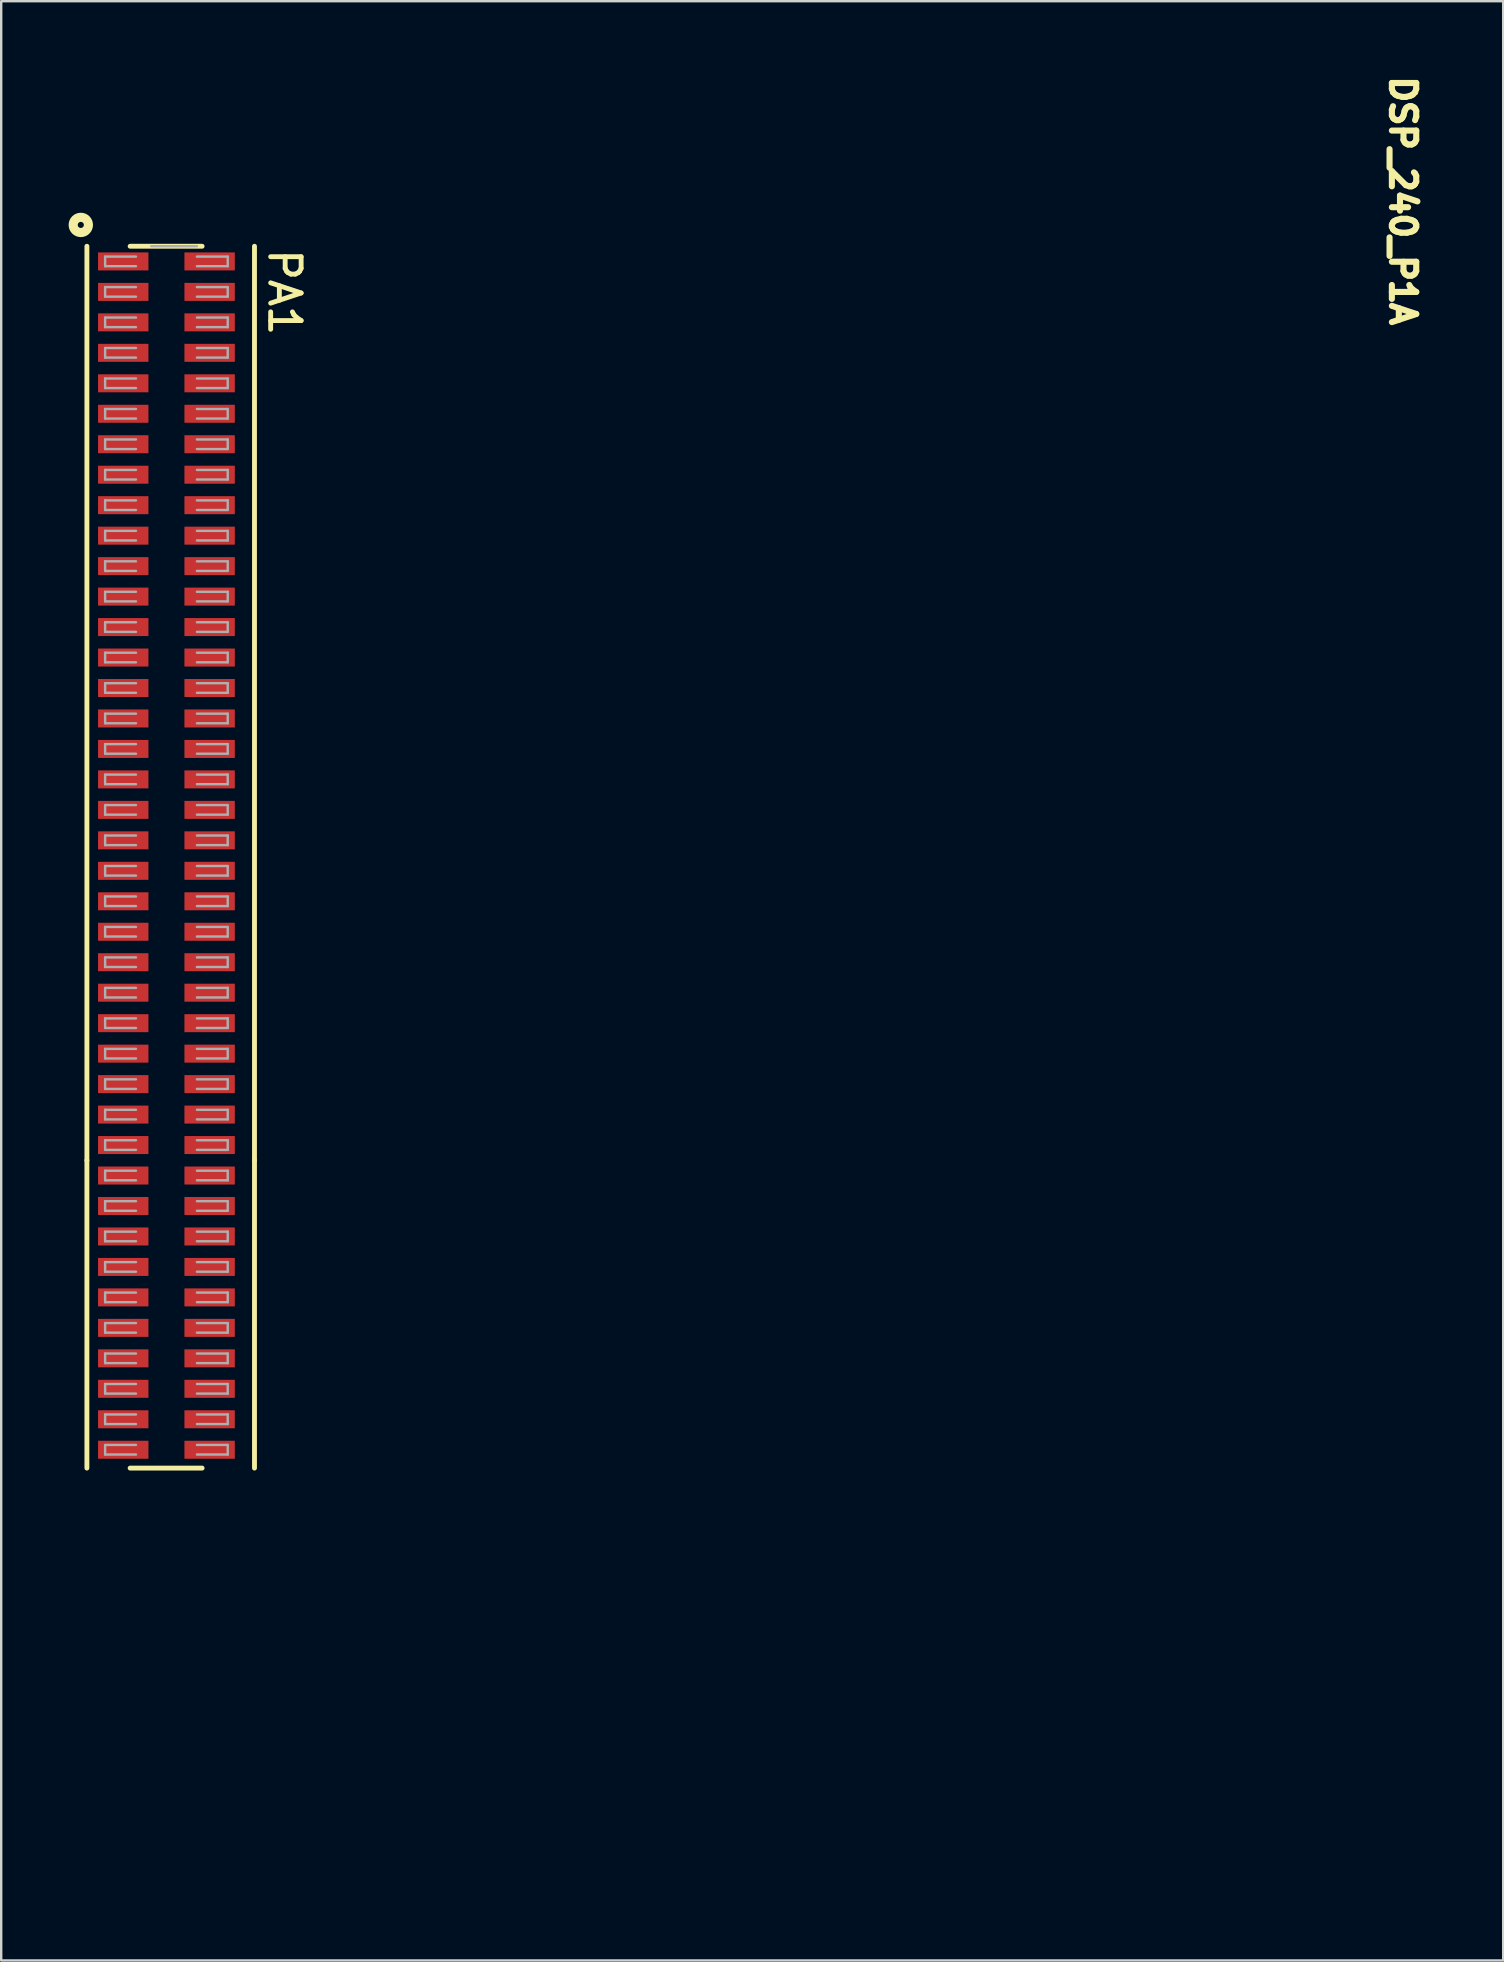
<source format=kicad_pcb>
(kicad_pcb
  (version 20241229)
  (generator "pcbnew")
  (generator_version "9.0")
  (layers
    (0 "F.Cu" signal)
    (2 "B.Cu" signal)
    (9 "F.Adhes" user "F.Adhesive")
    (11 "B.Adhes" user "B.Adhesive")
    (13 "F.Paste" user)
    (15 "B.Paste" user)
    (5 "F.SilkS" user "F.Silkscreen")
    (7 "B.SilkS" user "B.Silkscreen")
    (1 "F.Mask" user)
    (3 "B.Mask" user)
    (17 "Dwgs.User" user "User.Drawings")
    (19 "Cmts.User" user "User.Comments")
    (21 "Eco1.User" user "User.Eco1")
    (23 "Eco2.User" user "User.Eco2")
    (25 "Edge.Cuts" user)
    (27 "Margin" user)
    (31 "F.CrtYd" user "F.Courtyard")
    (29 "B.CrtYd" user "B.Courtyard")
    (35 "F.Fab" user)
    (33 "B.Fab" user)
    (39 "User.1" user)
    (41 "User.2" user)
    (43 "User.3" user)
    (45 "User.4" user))
  (footprint "DSP_240_P1A"
    (layer "F.Cu")
    (at 9.081 75.413)
    (property "Reference" "DSP_240_P1A" (at 45.745 -75.413 270) (unlocked yes) (layer "F.SilkS") (effects (font (size 1.016 1.016) (thickness 0.254)) (justify left bottom)))
    (fp_line (start -8.509 -68.199) (end -8.509 -30.099) (stroke (width 0.203) (type solid)) (layer "F.SilkS"))
    (fp_line (start -8.509 -30.099) (end -8.509 -17.272) (stroke (width 0.203) (type solid)) (layer "F.SilkS"))
    (fp_line (start -6.707 -68.199) (end -3.707 -68.199) (stroke (width 0.203) (type solid)) (layer "F.SilkS"))
    (fp_line (start -6.707 -17.272) (end -3.707 -17.272) (stroke (width 0.203) (type solid)) (layer "F.SilkS"))
    (fp_line (start -1.524 -68.199) (end -1.524 -30.099) (stroke (width 0.203) (type solid)) (layer "F.SilkS"))
    (fp_line (start -1.524 -30.099) (end -1.524 -17.272) (stroke (width 0.203) (type solid)) (layer "F.SilkS"))
    (fp_circle (center -8.763 -69.088) (end -8.636 -69.088) (stroke (width 0.381) (type solid)) (fill no) (layer "F.SilkS"))
    (fp_line (start -7.749 -67.767) (end -7.749 -67.367) (stroke (width 0.1) (type solid)) (layer "F.Fab"))
    (fp_line (start -7.749 -67.367) (end -6.464 -67.367) (stroke (width 0.1) (type solid)) (layer "F.Fab"))
    (fp_line (start -7.749 -66.497) (end -7.749 -66.097) (stroke (width 0.1) (type solid)) (layer "F.Fab"))
    (fp_line (start -7.749 -66.097) (end -6.464 -66.097) (stroke (width 0.1) (type solid)) (layer "F.Fab"))
    (fp_line (start -7.749 -65.227) (end -7.749 -64.827) (stroke (width 0.1) (type solid)) (layer "F.Fab"))
    (fp_line (start -7.749 -64.827) (end -6.464 -64.827) (stroke (width 0.1) (type solid)) (layer "F.Fab"))
    (fp_line (start -7.749 -63.957) (end -7.749 -63.557) (stroke (width 0.1) (type solid)) (layer "F.Fab"))
    (fp_line (start -7.749 -63.557) (end -6.464 -63.557) (stroke (width 0.1) (type solid)) (layer "F.Fab"))
    (fp_line (start -7.749 -62.687) (end -7.749 -62.287) (stroke (width 0.1) (type solid)) (layer "F.Fab"))
    (fp_line (start -7.749 -62.287) (end -6.464 -62.287) (stroke (width 0.1) (type solid)) (layer "F.Fab"))
    (fp_line (start -7.749 -61.417) (end -7.749 -61.017) (stroke (width 0.1) (type solid)) (layer "F.Fab"))
    (fp_line (start -7.749 -61.017) (end -6.464 -61.017) (stroke (width 0.1) (type solid)) (layer "F.Fab"))
    (fp_line (start -7.749 -60.147) (end -7.749 -59.747) (stroke (width 0.1) (type solid)) (layer "F.Fab"))
    (fp_line (start -7.749 -59.747) (end -6.464 -59.747) (stroke (width 0.1) (type solid)) (layer "F.Fab"))
    (fp_line (start -7.749 -58.877) (end -7.749 -58.477) (stroke (width 0.1) (type solid)) (layer "F.Fab"))
    (fp_line (start -7.749 -58.477) (end -6.464 -58.477) (stroke (width 0.1) (type solid)) (layer "F.Fab"))
    (fp_line (start -7.749 -57.607) (end -7.749 -57.207) (stroke (width 0.1) (type solid)) (layer "F.Fab"))
    (fp_line (start -7.749 -57.207) (end -6.464 -57.207) (stroke (width 0.1) (type solid)) (layer "F.Fab"))
    (fp_line (start -7.749 -56.337) (end -7.749 -55.937) (stroke (width 0.1) (type solid)) (layer "F.Fab"))
    (fp_line (start -7.749 -55.937) (end -6.464 -55.937) (stroke (width 0.1) (type solid)) (layer "F.Fab"))
    (fp_line (start -7.749 -55.067) (end -7.749 -54.667) (stroke (width 0.1) (type solid)) (layer "F.Fab"))
    (fp_line (start -7.749 -54.667) (end -6.464 -54.667) (stroke (width 0.1) (type solid)) (layer "F.Fab"))
    (fp_line (start -7.749 -53.797) (end -7.749 -53.397) (stroke (width 0.1) (type solid)) (layer "F.Fab"))
    (fp_line (start -7.749 -53.397) (end -6.464 -53.397) (stroke (width 0.1) (type solid)) (layer "F.Fab"))
    (fp_line (start -7.749 -52.527) (end -7.749 -52.127) (stroke (width 0.1) (type solid)) (layer "F.Fab"))
    (fp_line (start -7.749 -52.127) (end -6.464 -52.127) (stroke (width 0.1) (type solid)) (layer "F.Fab"))
    (fp_line (start -7.749 -51.257) (end -7.749 -50.857) (stroke (width 0.1) (type solid)) (layer "F.Fab"))
    (fp_line (start -7.749 -50.857) (end -6.464 -50.857) (stroke (width 0.1) (type solid)) (layer "F.Fab"))
    (fp_line (start -7.749 -49.987) (end -7.749 -49.587) (stroke (width 0.1) (type solid)) (layer "F.Fab"))
    (fp_line (start -7.749 -49.587) (end -6.464 -49.587) (stroke (width 0.1) (type solid)) (layer "F.Fab"))
    (fp_line (start -7.749 -48.717) (end -7.749 -48.317) (stroke (width 0.1) (type solid)) (layer "F.Fab"))
    (fp_line (start -7.749 -48.317) (end -6.464 -48.317) (stroke (width 0.1) (type solid)) (layer "F.Fab"))
    (fp_line (start -7.749 -47.447) (end -7.749 -47.047) (stroke (width 0.1) (type solid)) (layer "F.Fab"))
    (fp_line (start -7.749 -47.047) (end -6.464 -47.047) (stroke (width 0.1) (type solid)) (layer "F.Fab"))
    (fp_line (start -7.749 -46.177) (end -7.749 -45.777) (stroke (width 0.1) (type solid)) (layer "F.Fab"))
    (fp_line (start -7.749 -45.777) (end -6.464 -45.777) (stroke (width 0.1) (type solid)) (layer "F.Fab"))
    (fp_line (start -7.749 -44.907) (end -7.749 -44.507) (stroke (width 0.1) (type solid)) (layer "F.Fab"))
    (fp_line (start -7.749 -44.507) (end -6.464 -44.507) (stroke (width 0.1) (type solid)) (layer "F.Fab"))
    (fp_line (start -7.749 -43.637) (end -7.749 -43.237) (stroke (width 0.1) (type solid)) (layer "F.Fab"))
    (fp_line (start -7.749 -43.237) (end -6.464 -43.237) (stroke (width 0.1) (type solid)) (layer "F.Fab"))
    (fp_line (start -7.749 -42.367) (end -7.749 -41.967) (stroke (width 0.1) (type solid)) (layer "F.Fab"))
    (fp_line (start -7.749 -41.967) (end -6.464 -41.967) (stroke (width 0.1) (type solid)) (layer "F.Fab"))
    (fp_line (start -7.749 -41.097) (end -7.749 -40.697) (stroke (width 0.1) (type solid)) (layer "F.Fab"))
    (fp_line (start -7.749 -40.697) (end -6.464 -40.697) (stroke (width 0.1) (type solid)) (layer "F.Fab"))
    (fp_line (start -7.749 -39.827) (end -7.749 -39.427) (stroke (width 0.1) (type solid)) (layer "F.Fab"))
    (fp_line (start -7.749 -39.427) (end -6.464 -39.427) (stroke (width 0.1) (type solid)) (layer "F.Fab"))
    (fp_line (start -7.749 -38.557) (end -7.749 -38.157) (stroke (width 0.1) (type solid)) (layer "F.Fab"))
    (fp_line (start -7.749 -38.157) (end -6.464 -38.157) (stroke (width 0.1) (type solid)) (layer "F.Fab"))
    (fp_line (start -7.749 -37.287) (end -7.749 -36.887) (stroke (width 0.1) (type solid)) (layer "F.Fab"))
    (fp_line (start -7.749 -36.887) (end -6.464 -36.887) (stroke (width 0.1) (type solid)) (layer "F.Fab"))
    (fp_line (start -7.749 -36.017) (end -7.749 -35.617) (stroke (width 0.1) (type solid)) (layer "F.Fab"))
    (fp_line (start -7.749 -35.617) (end -6.464 -35.617) (stroke (width 0.1) (type solid)) (layer "F.Fab"))
    (fp_line (start -7.749 -34.747) (end -7.749 -34.347) (stroke (width 0.1) (type solid)) (layer "F.Fab"))
    (fp_line (start -7.749 -34.347) (end -6.464 -34.347) (stroke (width 0.1) (type solid)) (layer "F.Fab"))
    (fp_line (start -7.749 -33.477) (end -7.749 -33.077) (stroke (width 0.1) (type solid)) (layer "F.Fab"))
    (fp_line (start -7.749 -33.077) (end -6.464 -33.077) (stroke (width 0.1) (type solid)) (layer "F.Fab"))
    (fp_line (start -7.749 -32.207) (end -7.749 -31.807) (stroke (width 0.1) (type solid)) (layer "F.Fab"))
    (fp_line (start -7.749 -31.807) (end -6.464 -31.807) (stroke (width 0.1) (type solid)) (layer "F.Fab"))
    (fp_line (start -7.749 -30.937) (end -7.749 -30.537) (stroke (width 0.1) (type solid)) (layer "F.Fab"))
    (fp_line (start -7.749 -30.537) (end -6.464 -30.537) (stroke (width 0.1) (type solid)) (layer "F.Fab"))
    (fp_line (start -7.749 -29.667) (end -7.749 -29.267) (stroke (width 0.1) (type solid)) (layer "F.Fab"))
    (fp_line (start -7.749 -29.267) (end -6.464 -29.267) (stroke (width 0.1) (type solid)) (layer "F.Fab"))
    (fp_line (start -7.749 -28.397) (end -7.749 -27.997) (stroke (width 0.1) (type solid)) (layer "F.Fab"))
    (fp_line (start -7.749 -27.997) (end -6.464 -27.997) (stroke (width 0.1) (type solid)) (layer "F.Fab"))
    (fp_line (start -7.749 -27.127) (end -7.749 -26.727) (stroke (width 0.1) (type solid)) (layer "F.Fab"))
    (fp_line (start -7.749 -26.727) (end -6.464 -26.727) (stroke (width 0.1) (type solid)) (layer "F.Fab"))
    (fp_line (start -7.749 -25.857) (end -7.749 -25.457) (stroke (width 0.1) (type solid)) (layer "F.Fab"))
    (fp_line (start -7.749 -25.457) (end -6.464 -25.457) (stroke (width 0.1) (type solid)) (layer "F.Fab"))
    (fp_line (start -7.749 -24.587) (end -7.749 -24.187) (stroke (width 0.1) (type solid)) (layer "F.Fab"))
    (fp_line (start -7.749 -24.187) (end -6.464 -24.187) (stroke (width 0.1) (type solid)) (layer "F.Fab"))
    (fp_line (start -7.749 -23.317) (end -7.749 -22.917) (stroke (width 0.1) (type solid)) (layer "F.Fab"))
    (fp_line (start -7.749 -22.917) (end -6.464 -22.917) (stroke (width 0.1) (type solid)) (layer "F.Fab"))
    (fp_line (start -7.749 -22.047) (end -7.749 -21.647) (stroke (width 0.1) (type solid)) (layer "F.Fab"))
    (fp_line (start -7.749 -21.647) (end -6.464 -21.647) (stroke (width 0.1) (type solid)) (layer "F.Fab"))
    (fp_line (start -7.749 -20.777) (end -7.749 -20.377) (stroke (width 0.1) (type solid)) (layer "F.Fab"))
    (fp_line (start -7.749 -20.377) (end -6.464 -20.377) (stroke (width 0.1) (type solid)) (layer "F.Fab"))
    (fp_line (start -7.749 -19.507) (end -7.749 -19.107) (stroke (width 0.1) (type solid)) (layer "F.Fab"))
    (fp_line (start -7.749 -19.107) (end -6.464 -19.107) (stroke (width 0.1) (type solid)) (layer "F.Fab"))
    (fp_line (start -7.749 -18.237) (end -7.749 -17.837) (stroke (width 0.1) (type solid)) (layer "F.Fab"))
    (fp_line (start -7.749 -17.837) (end -6.464 -17.837) (stroke (width 0.1) (type solid)) (layer "F.Fab"))
    (fp_line (start -6.464 -67.767) (end -7.749 -67.767) (stroke (width 0.1) (type solid)) (layer "F.Fab"))
    (fp_line (start -6.464 -66.497) (end -7.749 -66.497) (stroke (width 0.1) (type solid)) (layer "F.Fab"))
    (fp_line (start -6.464 -65.227) (end -7.749 -65.227) (stroke (width 0.1) (type solid)) (layer "F.Fab"))
    (fp_line (start -6.464 -63.957) (end -7.749 -63.957) (stroke (width 0.1) (type solid)) (layer "F.Fab"))
    (fp_line (start -6.464 -62.687) (end -7.749 -62.687) (stroke (width 0.1) (type solid)) (layer "F.Fab"))
    (fp_line (start -6.464 -61.417) (end -7.749 -61.417) (stroke (width 0.1) (type solid)) (layer "F.Fab"))
    (fp_line (start -6.464 -60.147) (end -7.749 -60.147) (stroke (width 0.1) (type solid)) (layer "F.Fab"))
    (fp_line (start -6.464 -58.877) (end -7.749 -58.877) (stroke (width 0.1) (type solid)) (layer "F.Fab"))
    (fp_line (start -6.464 -57.607) (end -7.749 -57.607) (stroke (width 0.1) (type solid)) (layer "F.Fab"))
    (fp_line (start -6.464 -56.337) (end -7.749 -56.337) (stroke (width 0.1) (type solid)) (layer "F.Fab"))
    (fp_line (start -6.464 -55.067) (end -7.749 -55.067) (stroke (width 0.1) (type solid)) (layer "F.Fab"))
    (fp_line (start -6.464 -53.797) (end -7.749 -53.797) (stroke (width 0.1) (type solid)) (layer "F.Fab"))
    (fp_line (start -6.464 -52.527) (end -7.749 -52.527) (stroke (width 0.1) (type solid)) (layer "F.Fab"))
    (fp_line (start -6.464 -51.257) (end -7.749 -51.257) (stroke (width 0.1) (type solid)) (layer "F.Fab"))
    (fp_line (start -6.464 -49.987) (end -7.749 -49.987) (stroke (width 0.1) (type solid)) (layer "F.Fab"))
    (fp_line (start -6.464 -48.717) (end -7.749 -48.717) (stroke (width 0.1) (type solid)) (layer "F.Fab"))
    (fp_line (start -6.464 -47.447) (end -7.749 -47.447) (stroke (width 0.1) (type solid)) (layer "F.Fab"))
    (fp_line (start -6.464 -46.177) (end -7.749 -46.177) (stroke (width 0.1) (type solid)) (layer "F.Fab"))
    (fp_line (start -6.464 -44.907) (end -7.749 -44.907) (stroke (width 0.1) (type solid)) (layer "F.Fab"))
    (fp_line (start -6.464 -43.637) (end -7.749 -43.637) (stroke (width 0.1) (type solid)) (layer "F.Fab"))
    (fp_line (start -6.464 -42.367) (end -7.749 -42.367) (stroke (width 0.1) (type solid)) (layer "F.Fab"))
    (fp_line (start -6.464 -41.097) (end -7.749 -41.097) (stroke (width 0.1) (type solid)) (layer "F.Fab"))
    (fp_line (start -6.464 -39.827) (end -7.749 -39.827) (stroke (width 0.1) (type solid)) (layer "F.Fab"))
    (fp_line (start -6.464 -38.557) (end -7.749 -38.557) (stroke (width 0.1) (type solid)) (layer "F.Fab"))
    (fp_line (start -6.464 -37.287) (end -7.749 -37.287) (stroke (width 0.1) (type solid)) (layer "F.Fab"))
    (fp_line (start -6.464 -36.017) (end -7.749 -36.017) (stroke (width 0.1) (type solid)) (layer "F.Fab"))
    (fp_line (start -6.464 -34.747) (end -7.749 -34.747) (stroke (width 0.1) (type solid)) (layer "F.Fab"))
    (fp_line (start -6.464 -33.477) (end -7.749 -33.477) (stroke (width 0.1) (type solid)) (layer "F.Fab"))
    (fp_line (start -6.464 -32.207) (end -7.749 -32.207) (stroke (width 0.1) (type solid)) (layer "F.Fab"))
    (fp_line (start -6.464 -30.937) (end -7.749 -30.937) (stroke (width 0.1) (type solid)) (layer "F.Fab"))
    (fp_line (start -6.464 -29.667) (end -7.749 -29.667) (stroke (width 0.1) (type solid)) (layer "F.Fab"))
    (fp_line (start -6.464 -28.397) (end -7.749 -28.397) (stroke (width 0.1) (type solid)) (layer "F.Fab"))
    (fp_line (start -6.464 -27.127) (end -7.749 -27.127) (stroke (width 0.1) (type solid)) (layer "F.Fab"))
    (fp_line (start -6.464 -25.857) (end -7.749 -25.857) (stroke (width 0.1) (type solid)) (layer "F.Fab"))
    (fp_line (start -6.464 -24.587) (end -7.749 -24.587) (stroke (width 0.1) (type solid)) (layer "F.Fab"))
    (fp_line (start -6.464 -23.317) (end -7.749 -23.317) (stroke (width 0.1) (type solid)) (layer "F.Fab"))
    (fp_line (start -6.464 -22.047) (end -7.749 -22.047) (stroke (width 0.1) (type solid)) (layer "F.Fab"))
    (fp_line (start -6.464 -20.777) (end -7.749 -20.777) (stroke (width 0.1) (type solid)) (layer "F.Fab"))
    (fp_line (start -6.464 -19.507) (end -7.749 -19.507) (stroke (width 0.1) (type solid)) (layer "F.Fab"))
    (fp_line (start -6.464 -18.237) (end -7.749 -18.237) (stroke (width 0.1) (type solid)) (layer "F.Fab"))
    (fp_line (start -3.924 -68.202) (end -5.829 -68.202) (stroke (width 0.1) (type solid)) (layer "F.Fab"))
    (fp_line (start -3.924 -67.367) (end -2.639 -67.367) (stroke (width 0.1) (type solid)) (layer "F.Fab"))
    (fp_line (start -3.924 -66.097) (end -2.639 -66.097) (stroke (width 0.1) (type solid)) (layer "F.Fab"))
    (fp_line (start -3.924 -64.827) (end -2.639 -64.827) (stroke (width 0.1) (type solid)) (layer "F.Fab"))
    (fp_line (start -3.924 -63.557) (end -2.639 -63.557) (stroke (width 0.1) (type solid)) (layer "F.Fab"))
    (fp_line (start -3.924 -62.287) (end -2.639 -62.287) (stroke (width 0.1) (type solid)) (layer "F.Fab"))
    (fp_line (start -3.924 -61.017) (end -2.639 -61.017) (stroke (width 0.1) (type solid)) (layer "F.Fab"))
    (fp_line (start -3.924 -59.747) (end -2.639 -59.747) (stroke (width 0.1) (type solid)) (layer "F.Fab"))
    (fp_line (start -3.924 -58.477) (end -2.639 -58.477) (stroke (width 0.1) (type solid)) (layer "F.Fab"))
    (fp_line (start -3.924 -57.207) (end -2.639 -57.207) (stroke (width 0.1) (type solid)) (layer "F.Fab"))
    (fp_line (start -3.924 -55.937) (end -2.639 -55.937) (stroke (width 0.1) (type solid)) (layer "F.Fab"))
    (fp_line (start -3.924 -54.667) (end -2.639 -54.667) (stroke (width 0.1) (type solid)) (layer "F.Fab"))
    (fp_line (start -3.924 -53.397) (end -2.639 -53.397) (stroke (width 0.1) (type solid)) (layer "F.Fab"))
    (fp_line (start -3.924 -52.127) (end -2.639 -52.127) (stroke (width 0.1) (type solid)) (layer "F.Fab"))
    (fp_line (start -3.924 -50.857) (end -2.639 -50.857) (stroke (width 0.1) (type solid)) (layer "F.Fab"))
    (fp_line (start -3.924 -49.587) (end -2.639 -49.587) (stroke (width 0.1) (type solid)) (layer "F.Fab"))
    (fp_line (start -3.924 -48.317) (end -2.639 -48.317) (stroke (width 0.1) (type solid)) (layer "F.Fab"))
    (fp_line (start -3.924 -47.047) (end -2.639 -47.047) (stroke (width 0.1) (type solid)) (layer "F.Fab"))
    (fp_line (start -3.924 -45.777) (end -2.639 -45.777) (stroke (width 0.1) (type solid)) (layer "F.Fab"))
    (fp_line (start -3.924 -44.507) (end -2.639 -44.507) (stroke (width 0.1) (type solid)) (layer "F.Fab"))
    (fp_line (start -3.924 -43.237) (end -2.639 -43.237) (stroke (width 0.1) (type solid)) (layer "F.Fab"))
    (fp_line (start -3.924 -41.967) (end -2.639 -41.967) (stroke (width 0.1) (type solid)) (layer "F.Fab"))
    (fp_line (start -3.924 -40.697) (end -2.639 -40.697) (stroke (width 0.1) (type solid)) (layer "F.Fab"))
    (fp_line (start -3.924 -39.427) (end -2.639 -39.427) (stroke (width 0.1) (type solid)) (layer "F.Fab"))
    (fp_line (start -3.924 -38.157) (end -2.639 -38.157) (stroke (width 0.1) (type solid)) (layer "F.Fab"))
    (fp_line (start -3.924 -36.887) (end -2.639 -36.887) (stroke (width 0.1) (type solid)) (layer "F.Fab"))
    (fp_line (start -3.924 -35.617) (end -2.639 -35.617) (stroke (width 0.1) (type solid)) (layer "F.Fab"))
    (fp_line (start -3.924 -34.347) (end -2.639 -34.347) (stroke (width 0.1) (type solid)) (layer "F.Fab"))
    (fp_line (start -3.924 -33.077) (end -2.639 -33.077) (stroke (width 0.1) (type solid)) (layer "F.Fab"))
    (fp_line (start -3.924 -31.807) (end -2.639 -31.807) (stroke (width 0.1) (type solid)) (layer "F.Fab"))
    (fp_line (start -3.924 -30.537) (end -2.639 -30.537) (stroke (width 0.1) (type solid)) (layer "F.Fab"))
    (fp_line (start -3.924 -29.267) (end -2.639 -29.267) (stroke (width 0.1) (type solid)) (layer "F.Fab"))
    (fp_line (start -3.924 -27.997) (end -2.639 -27.997) (stroke (width 0.1) (type solid)) (layer "F.Fab"))
    (fp_line (start -3.924 -26.727) (end -2.639 -26.727) (stroke (width 0.1) (type solid)) (layer "F.Fab"))
    (fp_line (start -3.924 -25.457) (end -2.639 -25.457) (stroke (width 0.1) (type solid)) (layer "F.Fab"))
    (fp_line (start -3.924 -24.187) (end -2.639 -24.187) (stroke (width 0.1) (type solid)) (layer "F.Fab"))
    (fp_line (start -3.924 -22.917) (end -2.639 -22.917) (stroke (width 0.1) (type solid)) (layer "F.Fab"))
    (fp_line (start -3.924 -21.647) (end -2.639 -21.647) (stroke (width 0.1) (type solid)) (layer "F.Fab"))
    (fp_line (start -3.924 -20.377) (end -2.639 -20.377) (stroke (width 0.1) (type solid)) (layer "F.Fab"))
    (fp_line (start -3.924 -19.107) (end -2.639 -19.107) (stroke (width 0.1) (type solid)) (layer "F.Fab"))
    (fp_line (start -3.924 -17.837) (end -2.639 -17.837) (stroke (width 0.1) (type solid)) (layer "F.Fab"))
    (fp_line (start -2.639 -67.767) (end -3.924 -67.767) (stroke (width 0.1) (type solid)) (layer "F.Fab"))
    (fp_line (start -2.639 -67.367) (end -2.639 -67.767) (stroke (width 0.1) (type solid)) (layer "F.Fab"))
    (fp_line (start -2.639 -66.497) (end -3.924 -66.497) (stroke (width 0.1) (type solid)) (layer "F.Fab"))
    (fp_line (start -2.639 -66.097) (end -2.639 -66.497) (stroke (width 0.1) (type solid)) (layer "F.Fab"))
    (fp_line (start -2.639 -65.227) (end -3.924 -65.227) (stroke (width 0.1) (type solid)) (layer "F.Fab"))
    (fp_line (start -2.639 -64.827) (end -2.639 -65.227) (stroke (width 0.1) (type solid)) (layer "F.Fab"))
    (fp_line (start -2.639 -63.957) (end -3.924 -63.957) (stroke (width 0.1) (type solid)) (layer "F.Fab"))
    (fp_line (start -2.639 -63.557) (end -2.639 -63.957) (stroke (width 0.1) (type solid)) (layer "F.Fab"))
    (fp_line (start -2.639 -62.687) (end -3.924 -62.687) (stroke (width 0.1) (type solid)) (layer "F.Fab"))
    (fp_line (start -2.639 -62.287) (end -2.639 -62.687) (stroke (width 0.1) (type solid)) (layer "F.Fab"))
    (fp_line (start -2.639 -61.417) (end -3.924 -61.417) (stroke (width 0.1) (type solid)) (layer "F.Fab"))
    (fp_line (start -2.639 -61.017) (end -2.639 -61.417) (stroke (width 0.1) (type solid)) (layer "F.Fab"))
    (fp_line (start -2.639 -60.147) (end -3.924 -60.147) (stroke (width 0.1) (type solid)) (layer "F.Fab"))
    (fp_line (start -2.639 -59.747) (end -2.639 -60.147) (stroke (width 0.1) (type solid)) (layer "F.Fab"))
    (fp_line (start -2.639 -58.877) (end -3.924 -58.877) (stroke (width 0.1) (type solid)) (layer "F.Fab"))
    (fp_line (start -2.639 -58.477) (end -2.639 -58.877) (stroke (width 0.1) (type solid)) (layer "F.Fab"))
    (fp_line (start -2.639 -57.607) (end -3.924 -57.607) (stroke (width 0.1) (type solid)) (layer "F.Fab"))
    (fp_line (start -2.639 -57.207) (end -2.639 -57.607) (stroke (width 0.1) (type solid)) (layer "F.Fab"))
    (fp_line (start -2.639 -56.337) (end -3.924 -56.337) (stroke (width 0.1) (type solid)) (layer "F.Fab"))
    (fp_line (start -2.639 -55.937) (end -2.639 -56.337) (stroke (width 0.1) (type solid)) (layer "F.Fab"))
    (fp_line (start -2.639 -55.067) (end -3.924 -55.067) (stroke (width 0.1) (type solid)) (layer "F.Fab"))
    (fp_line (start -2.639 -54.667) (end -2.639 -55.067) (stroke (width 0.1) (type solid)) (layer "F.Fab"))
    (fp_line (start -2.639 -53.797) (end -3.924 -53.797) (stroke (width 0.1) (type solid)) (layer "F.Fab"))
    (fp_line (start -2.639 -53.397) (end -2.639 -53.797) (stroke (width 0.1) (type solid)) (layer "F.Fab"))
    (fp_line (start -2.639 -52.527) (end -3.924 -52.527) (stroke (width 0.1) (type solid)) (layer "F.Fab"))
    (fp_line (start -2.639 -52.127) (end -2.639 -52.527) (stroke (width 0.1) (type solid)) (layer "F.Fab"))
    (fp_line (start -2.639 -51.257) (end -3.924 -51.257) (stroke (width 0.1) (type solid)) (layer "F.Fab"))
    (fp_line (start -2.639 -50.857) (end -2.639 -51.257) (stroke (width 0.1) (type solid)) (layer "F.Fab"))
    (fp_line (start -2.639 -49.987) (end -3.924 -49.987) (stroke (width 0.1) (type solid)) (layer "F.Fab"))
    (fp_line (start -2.639 -49.587) (end -2.639 -49.987) (stroke (width 0.1) (type solid)) (layer "F.Fab"))
    (fp_line (start -2.639 -48.717) (end -3.924 -48.717) (stroke (width 0.1) (type solid)) (layer "F.Fab"))
    (fp_line (start -2.639 -48.317) (end -2.639 -48.717) (stroke (width 0.1) (type solid)) (layer "F.Fab"))
    (fp_line (start -2.639 -47.447) (end -3.924 -47.447) (stroke (width 0.1) (type solid)) (layer "F.Fab"))
    (fp_line (start -2.639 -47.047) (end -2.639 -47.447) (stroke (width 0.1) (type solid)) (layer "F.Fab"))
    (fp_line (start -2.639 -46.177) (end -3.924 -46.177) (stroke (width 0.1) (type solid)) (layer "F.Fab"))
    (fp_line (start -2.639 -45.777) (end -2.639 -46.177) (stroke (width 0.1) (type solid)) (layer "F.Fab"))
    (fp_line (start -2.639 -44.907) (end -3.924 -44.907) (stroke (width 0.1) (type solid)) (layer "F.Fab"))
    (fp_line (start -2.639 -44.507) (end -2.639 -44.907) (stroke (width 0.1) (type solid)) (layer "F.Fab"))
    (fp_line (start -2.639 -43.637) (end -3.924 -43.637) (stroke (width 0.1) (type solid)) (layer "F.Fab"))
    (fp_line (start -2.639 -43.237) (end -2.639 -43.637) (stroke (width 0.1) (type solid)) (layer "F.Fab"))
    (fp_line (start -2.639 -42.367) (end -3.924 -42.367) (stroke (width 0.1) (type solid)) (layer "F.Fab"))
    (fp_line (start -2.639 -41.967) (end -2.639 -42.367) (stroke (width 0.1) (type solid)) (layer "F.Fab"))
    (fp_line (start -2.639 -41.097) (end -3.924 -41.097) (stroke (width 0.1) (type solid)) (layer "F.Fab"))
    (fp_line (start -2.639 -40.697) (end -2.639 -41.097) (stroke (width 0.1) (type solid)) (layer "F.Fab"))
    (fp_line (start -2.639 -39.827) (end -3.924 -39.827) (stroke (width 0.1) (type solid)) (layer "F.Fab"))
    (fp_line (start -2.639 -39.427) (end -2.639 -39.827) (stroke (width 0.1) (type solid)) (layer "F.Fab"))
    (fp_line (start -2.639 -38.557) (end -3.924 -38.557) (stroke (width 0.1) (type solid)) (layer "F.Fab"))
    (fp_line (start -2.639 -38.157) (end -2.639 -38.557) (stroke (width 0.1) (type solid)) (layer "F.Fab"))
    (fp_line (start -2.639 -37.287) (end -3.924 -37.287) (stroke (width 0.1) (type solid)) (layer "F.Fab"))
    (fp_line (start -2.639 -36.887) (end -2.639 -37.287) (stroke (width 0.1) (type solid)) (layer "F.Fab"))
    (fp_line (start -2.639 -36.017) (end -3.924 -36.017) (stroke (width 0.1) (type solid)) (layer "F.Fab"))
    (fp_line (start -2.639 -35.617) (end -2.639 -36.017) (stroke (width 0.1) (type solid)) (layer "F.Fab"))
    (fp_line (start -2.639 -34.747) (end -3.924 -34.747) (stroke (width 0.1) (type solid)) (layer "F.Fab"))
    (fp_line (start -2.639 -34.347) (end -2.639 -34.747) (stroke (width 0.1) (type solid)) (layer "F.Fab"))
    (fp_line (start -2.639 -33.477) (end -3.924 -33.477) (stroke (width 0.1) (type solid)) (layer "F.Fab"))
    (fp_line (start -2.639 -33.077) (end -2.639 -33.477) (stroke (width 0.1) (type solid)) (layer "F.Fab"))
    (fp_line (start -2.639 -32.207) (end -3.924 -32.207) (stroke (width 0.1) (type solid)) (layer "F.Fab"))
    (fp_line (start -2.639 -31.807) (end -2.639 -32.207) (stroke (width 0.1) (type solid)) (layer "F.Fab"))
    (fp_line (start -2.639 -30.937) (end -3.924 -30.937) (stroke (width 0.1) (type solid)) (layer "F.Fab"))
    (fp_line (start -2.639 -30.537) (end -2.639 -30.937) (stroke (width 0.1) (type solid)) (layer "F.Fab"))
    (fp_line (start -2.639 -29.667) (end -3.924 -29.667) (stroke (width 0.1) (type solid)) (layer "F.Fab"))
    (fp_line (start -2.639 -29.267) (end -2.639 -29.667) (stroke (width 0.1) (type solid)) (layer "F.Fab"))
    (fp_line (start -2.639 -28.397) (end -3.924 -28.397) (stroke (width 0.1) (type solid)) (layer "F.Fab"))
    (fp_line (start -2.639 -27.997) (end -2.639 -28.397) (stroke (width 0.1) (type solid)) (layer "F.Fab"))
    (fp_line (start -2.639 -27.127) (end -3.924 -27.127) (stroke (width 0.1) (type solid)) (layer "F.Fab"))
    (fp_line (start -2.639 -26.727) (end -2.639 -27.127) (stroke (width 0.1) (type solid)) (layer "F.Fab"))
    (fp_line (start -2.639 -25.857) (end -3.924 -25.857) (stroke (width 0.1) (type solid)) (layer "F.Fab"))
    (fp_line (start -2.639 -25.457) (end -2.639 -25.857) (stroke (width 0.1) (type solid)) (layer "F.Fab"))
    (fp_line (start -2.639 -24.587) (end -3.924 -24.587) (stroke (width 0.1) (type solid)) (layer "F.Fab"))
    (fp_line (start -2.639 -24.187) (end -2.639 -24.587) (stroke (width 0.1) (type solid)) (layer "F.Fab"))
    (fp_line (start -2.639 -23.317) (end -3.924 -23.317) (stroke (width 0.1) (type solid)) (layer "F.Fab"))
    (fp_line (start -2.639 -22.917) (end -2.639 -23.317) (stroke (width 0.1) (type solid)) (layer "F.Fab"))
    (fp_line (start -2.639 -22.047) (end -3.924 -22.047) (stroke (width 0.1) (type solid)) (layer "F.Fab"))
    (fp_line (start -2.639 -21.647) (end -2.639 -22.047) (stroke (width 0.1) (type solid)) (layer "F.Fab"))
    (fp_line (start -2.639 -20.777) (end -3.924 -20.777) (stroke (width 0.1) (type solid)) (layer "F.Fab"))
    (fp_line (start -2.639 -20.377) (end -2.639 -20.777) (stroke (width 0.1) (type solid)) (layer "F.Fab"))
    (fp_line (start -2.639 -19.507) (end -3.924 -19.507) (stroke (width 0.1) (type solid)) (layer "F.Fab"))
    (fp_line (start -2.639 -19.107) (end -2.639 -19.507) (stroke (width 0.1) (type solid)) (layer "F.Fab"))
    (fp_line (start -2.639 -18.237) (end -3.924 -18.237) (stroke (width 0.1) (type solid)) (layer "F.Fab"))
    (fp_line (start -2.639 -17.837) (end -2.639 -18.237) (stroke (width 0.1) (type solid)) (layer "F.Fab"))
    (fp_text user "PA1" (at -1.016 -68.199 270) (unlocked yes) (layer "F.SilkS") (effects (font (size 1.27 1.27) (thickness 0.203)) (justify left bottom)))
    (pad "1" smd rect (at -6.994 -67.567) (size 2.1 0.75) (layers "F.Cu" "F.Mask" "F.Paste"))
    (pad "2" smd rect (at -3.394 -67.567) (size 2.1 0.75) (layers "F.Cu" "F.Mask" "F.Paste"))
    (pad "3" smd rect (at -6.994 -66.297) (size 2.1 0.75) (layers "F.Cu" "F.Mask" "F.Paste"))
    (pad "4" smd rect (at -3.394 -66.297) (size 2.1 0.75) (layers "F.Cu" "F.Mask" "F.Paste"))
    (pad "5" smd rect (at -6.994 -65.027) (size 2.1 0.75) (layers "F.Cu" "F.Mask" "F.Paste"))
    (pad "6" smd rect (at -3.394 -65.027) (size 2.1 0.75) (layers "F.Cu" "F.Mask" "F.Paste"))
    (pad "7" smd rect (at -6.994 -63.757) (size 2.1 0.75) (layers "F.Cu" "F.Mask" "F.Paste"))
    (pad "8" smd rect (at -3.394 -63.757) (size 2.1 0.75) (layers "F.Cu" "F.Mask" "F.Paste"))
    (pad "9" smd rect (at -6.994 -62.487) (size 2.1 0.75) (layers "F.Cu" "F.Mask" "F.Paste"))
    (pad "10" smd rect (at -3.394 -62.487) (size 2.1 0.75) (layers "F.Cu" "F.Mask" "F.Paste"))
    (pad "11" smd rect (at -6.994 -61.217) (size 2.1 0.75) (layers "F.Cu" "F.Mask" "F.Paste"))
    (pad "12" smd rect (at -3.394 -61.217) (size 2.1 0.75) (layers "F.Cu" "F.Mask" "F.Paste"))
    (pad "13" smd rect (at -6.994 -59.947) (size 2.1 0.75) (layers "F.Cu" "F.Mask" "F.Paste"))
    (pad "14" smd rect (at -3.394 -59.947) (size 2.1 0.75) (layers "F.Cu" "F.Mask" "F.Paste"))
    (pad "15" smd rect (at -6.994 -58.677) (size 2.1 0.75) (layers "F.Cu" "F.Mask" "F.Paste"))
    (pad "16" smd rect (at -3.394 -58.677) (size 2.1 0.75) (layers "F.Cu" "F.Mask" "F.Paste"))
    (pad "17" smd rect (at -6.994 -57.407) (size 2.1 0.75) (layers "F.Cu" "F.Mask" "F.Paste"))
    (pad "18" smd rect (at -3.394 -57.407) (size 2.1 0.75) (layers "F.Cu" "F.Mask" "F.Paste"))
    (pad "19" smd rect (at -6.994 -56.137) (size 2.1 0.75) (layers "F.Cu" "F.Mask" "F.Paste"))
    (pad "20" smd rect (at -3.394 -56.137) (size 2.1 0.75) (layers "F.Cu" "F.Mask" "F.Paste"))
    (pad "21" smd rect (at -6.994 -54.867) (size 2.1 0.75) (layers "F.Cu" "F.Mask" "F.Paste"))
    (pad "22" smd rect (at -3.394 -54.867) (size 2.1 0.75) (layers "F.Cu" "F.Mask" "F.Paste"))
    (pad "23" smd rect (at -6.994 -53.597) (size 2.1 0.75) (layers "F.Cu" "F.Mask" "F.Paste"))
    (pad "24" smd rect (at -3.394 -53.597) (size 2.1 0.75) (layers "F.Cu" "F.Mask" "F.Paste"))
    (pad "25" smd rect (at -6.994 -52.327) (size 2.1 0.75) (layers "F.Cu" "F.Mask" "F.Paste"))
    (pad "26" smd rect (at -3.394 -52.327) (size 2.1 0.75) (layers "F.Cu" "F.Mask" "F.Paste"))
    (pad "27" smd rect (at -6.994 -51.057) (size 2.1 0.75) (layers "F.Cu" "F.Mask" "F.Paste"))
    (pad "28" smd rect (at -3.394 -51.057) (size 2.1 0.75) (layers "F.Cu" "F.Mask" "F.Paste"))
    (pad "29" smd rect (at -6.994 -49.787) (size 2.1 0.75) (layers "F.Cu" "F.Mask" "F.Paste"))
    (pad "30" smd rect (at -3.394 -49.787) (size 2.1 0.75) (layers "F.Cu" "F.Mask" "F.Paste"))
    (pad "31" smd rect (at -6.994 -48.517) (size 2.1 0.75) (layers "F.Cu" "F.Mask" "F.Paste"))
    (pad "32" smd rect (at -3.394 -48.517) (size 2.1 0.75) (layers "F.Cu" "F.Mask" "F.Paste"))
    (pad "33" smd rect (at -6.994 -47.247) (size 2.1 0.75) (layers "F.Cu" "F.Mask" "F.Paste"))
    (pad "34" smd rect (at -3.394 -47.247) (size 2.1 0.75) (layers "F.Cu" "F.Mask" "F.Paste"))
    (pad "35" smd rect (at -6.994 -45.977) (size 2.1 0.75) (layers "F.Cu" "F.Mask" "F.Paste"))
    (pad "36" smd rect (at -3.394 -45.977) (size 2.1 0.75) (layers "F.Cu" "F.Mask" "F.Paste"))
    (pad "37" smd rect (at -6.994 -44.707) (size 2.1 0.75) (layers "F.Cu" "F.Mask" "F.Paste"))
    (pad "38" smd rect (at -3.394 -44.707) (size 2.1 0.75) (layers "F.Cu" "F.Mask" "F.Paste"))
    (pad "39" smd rect (at -6.994 -43.437) (size 2.1 0.75) (layers "F.Cu" "F.Mask" "F.Paste"))
    (pad "40" smd rect (at -3.394 -43.437) (size 2.1 0.75) (layers "F.Cu" "F.Mask" "F.Paste"))
    (pad "41" smd rect (at -6.994 -42.167) (size 2.1 0.75) (layers "F.Cu" "F.Mask" "F.Paste"))
    (pad "42" smd rect (at -3.394 -42.167) (size 2.1 0.75) (layers "F.Cu" "F.Mask" "F.Paste"))
    (pad "43" smd rect (at -6.994 -40.897) (size 2.1 0.75) (layers "F.Cu" "F.Mask" "F.Paste"))
    (pad "44" smd rect (at -3.394 -40.897) (size 2.1 0.75) (layers "F.Cu" "F.Mask" "F.Paste"))
    (pad "45" smd rect (at -6.994 -39.627) (size 2.1 0.75) (layers "F.Cu" "F.Mask" "F.Paste"))
    (pad "46" smd rect (at -3.394 -39.627) (size 2.1 0.75) (layers "F.Cu" "F.Mask" "F.Paste"))
    (pad "47" smd rect (at -6.994 -38.357) (size 2.1 0.75) (layers "F.Cu" "F.Mask" "F.Paste"))
    (pad "48" smd rect (at -3.394 -38.357) (size 2.1 0.75) (layers "F.Cu" "F.Mask" "F.Paste"))
    (pad "49" smd rect (at -6.994 -37.087) (size 2.1 0.75) (layers "F.Cu" "F.Mask" "F.Paste"))
    (pad "50" smd rect (at -3.394 -37.087) (size 2.1 0.75) (layers "F.Cu" "F.Mask" "F.Paste"))
    (pad "51" smd rect (at -6.994 -35.817) (size 2.1 0.75) (layers "F.Cu" "F.Mask" "F.Paste"))
    (pad "52" smd rect (at -3.394 -35.817) (size 2.1 0.75) (layers "F.Cu" "F.Mask" "F.Paste"))
    (pad "53" smd rect (at -6.994 -34.547) (size 2.1 0.75) (layers "F.Cu" "F.Mask" "F.Paste"))
    (pad "54" smd rect (at -3.394 -34.547) (size 2.1 0.75) (layers "F.Cu" "F.Mask" "F.Paste"))
    (pad "55" smd rect (at -6.994 -33.277) (size 2.1 0.75) (layers "F.Cu" "F.Mask" "F.Paste"))
    (pad "56" smd rect (at -3.394 -33.277) (size 2.1 0.75) (layers "F.Cu" "F.Mask" "F.Paste"))
    (pad "57" smd rect (at -6.994 -32.007) (size 2.1 0.75) (layers "F.Cu" "F.Mask" "F.Paste"))
    (pad "58" smd rect (at -3.394 -32.007) (size 2.1 0.75) (layers "F.Cu" "F.Mask" "F.Paste"))
    (pad "59" smd rect (at -6.994 -30.737) (size 2.1 0.75) (layers "F.Cu" "F.Mask" "F.Paste"))
    (pad "60" smd rect (at -3.394 -30.737) (size 2.1 0.75) (layers "F.Cu" "F.Mask" "F.Paste"))
    (pad "61" smd rect (at -6.994 -29.467) (size 2.1 0.75) (layers "F.Cu" "F.Mask" "F.Paste"))
    (pad "62" smd rect (at -3.394 -29.467) (size 2.1 0.75) (layers "F.Cu" "F.Mask" "F.Paste"))
    (pad "63" smd rect (at -6.994 -28.197) (size 2.1 0.75) (layers "F.Cu" "F.Mask" "F.Paste"))
    (pad "64" smd rect (at -3.394 -28.197) (size 2.1 0.75) (layers "F.Cu" "F.Mask" "F.Paste"))
    (pad "65" smd rect (at -6.994 -26.927) (size 2.1 0.75) (layers "F.Cu" "F.Mask" "F.Paste"))
    (pad "66" smd rect (at -3.394 -26.927) (size 2.1 0.75) (layers "F.Cu" "F.Mask" "F.Paste"))
    (pad "67" smd rect (at -6.994 -25.657) (size 2.1 0.75) (layers "F.Cu" "F.Mask" "F.Paste"))
    (pad "68" smd rect (at -3.394 -25.657) (size 2.1 0.75) (layers "F.Cu" "F.Mask" "F.Paste"))
    (pad "69" smd rect (at -6.994 -24.387) (size 2.1 0.75) (layers "F.Cu" "F.Mask" "F.Paste"))
    (pad "70" smd rect (at -3.394 -24.387) (size 2.1 0.75) (layers "F.Cu" "F.Mask" "F.Paste"))
    (pad "71" smd rect (at -6.994 -23.117) (size 2.1 0.75) (layers "F.Cu" "F.Mask" "F.Paste"))
    (pad "72" smd rect (at -3.394 -23.117) (size 2.1 0.75) (layers "F.Cu" "F.Mask" "F.Paste"))
    (pad "73" smd rect (at -6.994 -21.847) (size 2.1 0.75) (layers "F.Cu" "F.Mask" "F.Paste"))
    (pad "74" smd rect (at -3.394 -21.847) (size 2.1 0.75) (layers "F.Cu" "F.Mask" "F.Paste"))
    (pad "75" smd rect (at -6.994 -20.577) (size 2.1 0.75) (layers "F.Cu" "F.Mask" "F.Paste"))
    (pad "76" smd rect (at -3.394 -20.577) (size 2.1 0.75) (layers "F.Cu" "F.Mask" "F.Paste"))
    (pad "77" smd rect (at -6.994 -19.307) (size 2.1 0.75) (layers "F.Cu" "F.Mask" "F.Paste"))
    (pad "78" smd rect (at -3.394 -19.307) (size 2.1 0.75) (layers "F.Cu" "F.Mask" "F.Paste"))
    (pad "79" smd rect (at -6.994 -18.037) (size 2.1 0.75) (layers "F.Cu" "F.Mask" "F.Paste"))
    (pad "80" smd rect (at -3.394 -18.037) (size 2.1 0.75) (layers "F.Cu" "F.Mask" "F.Paste")))
  (gr_rect
    (start -3 -3)
    (end 59.604 78.663)
    (stroke (width 0.1) (type default))
    (fill no)
    (layer "Edge.Cuts")))
</source>
